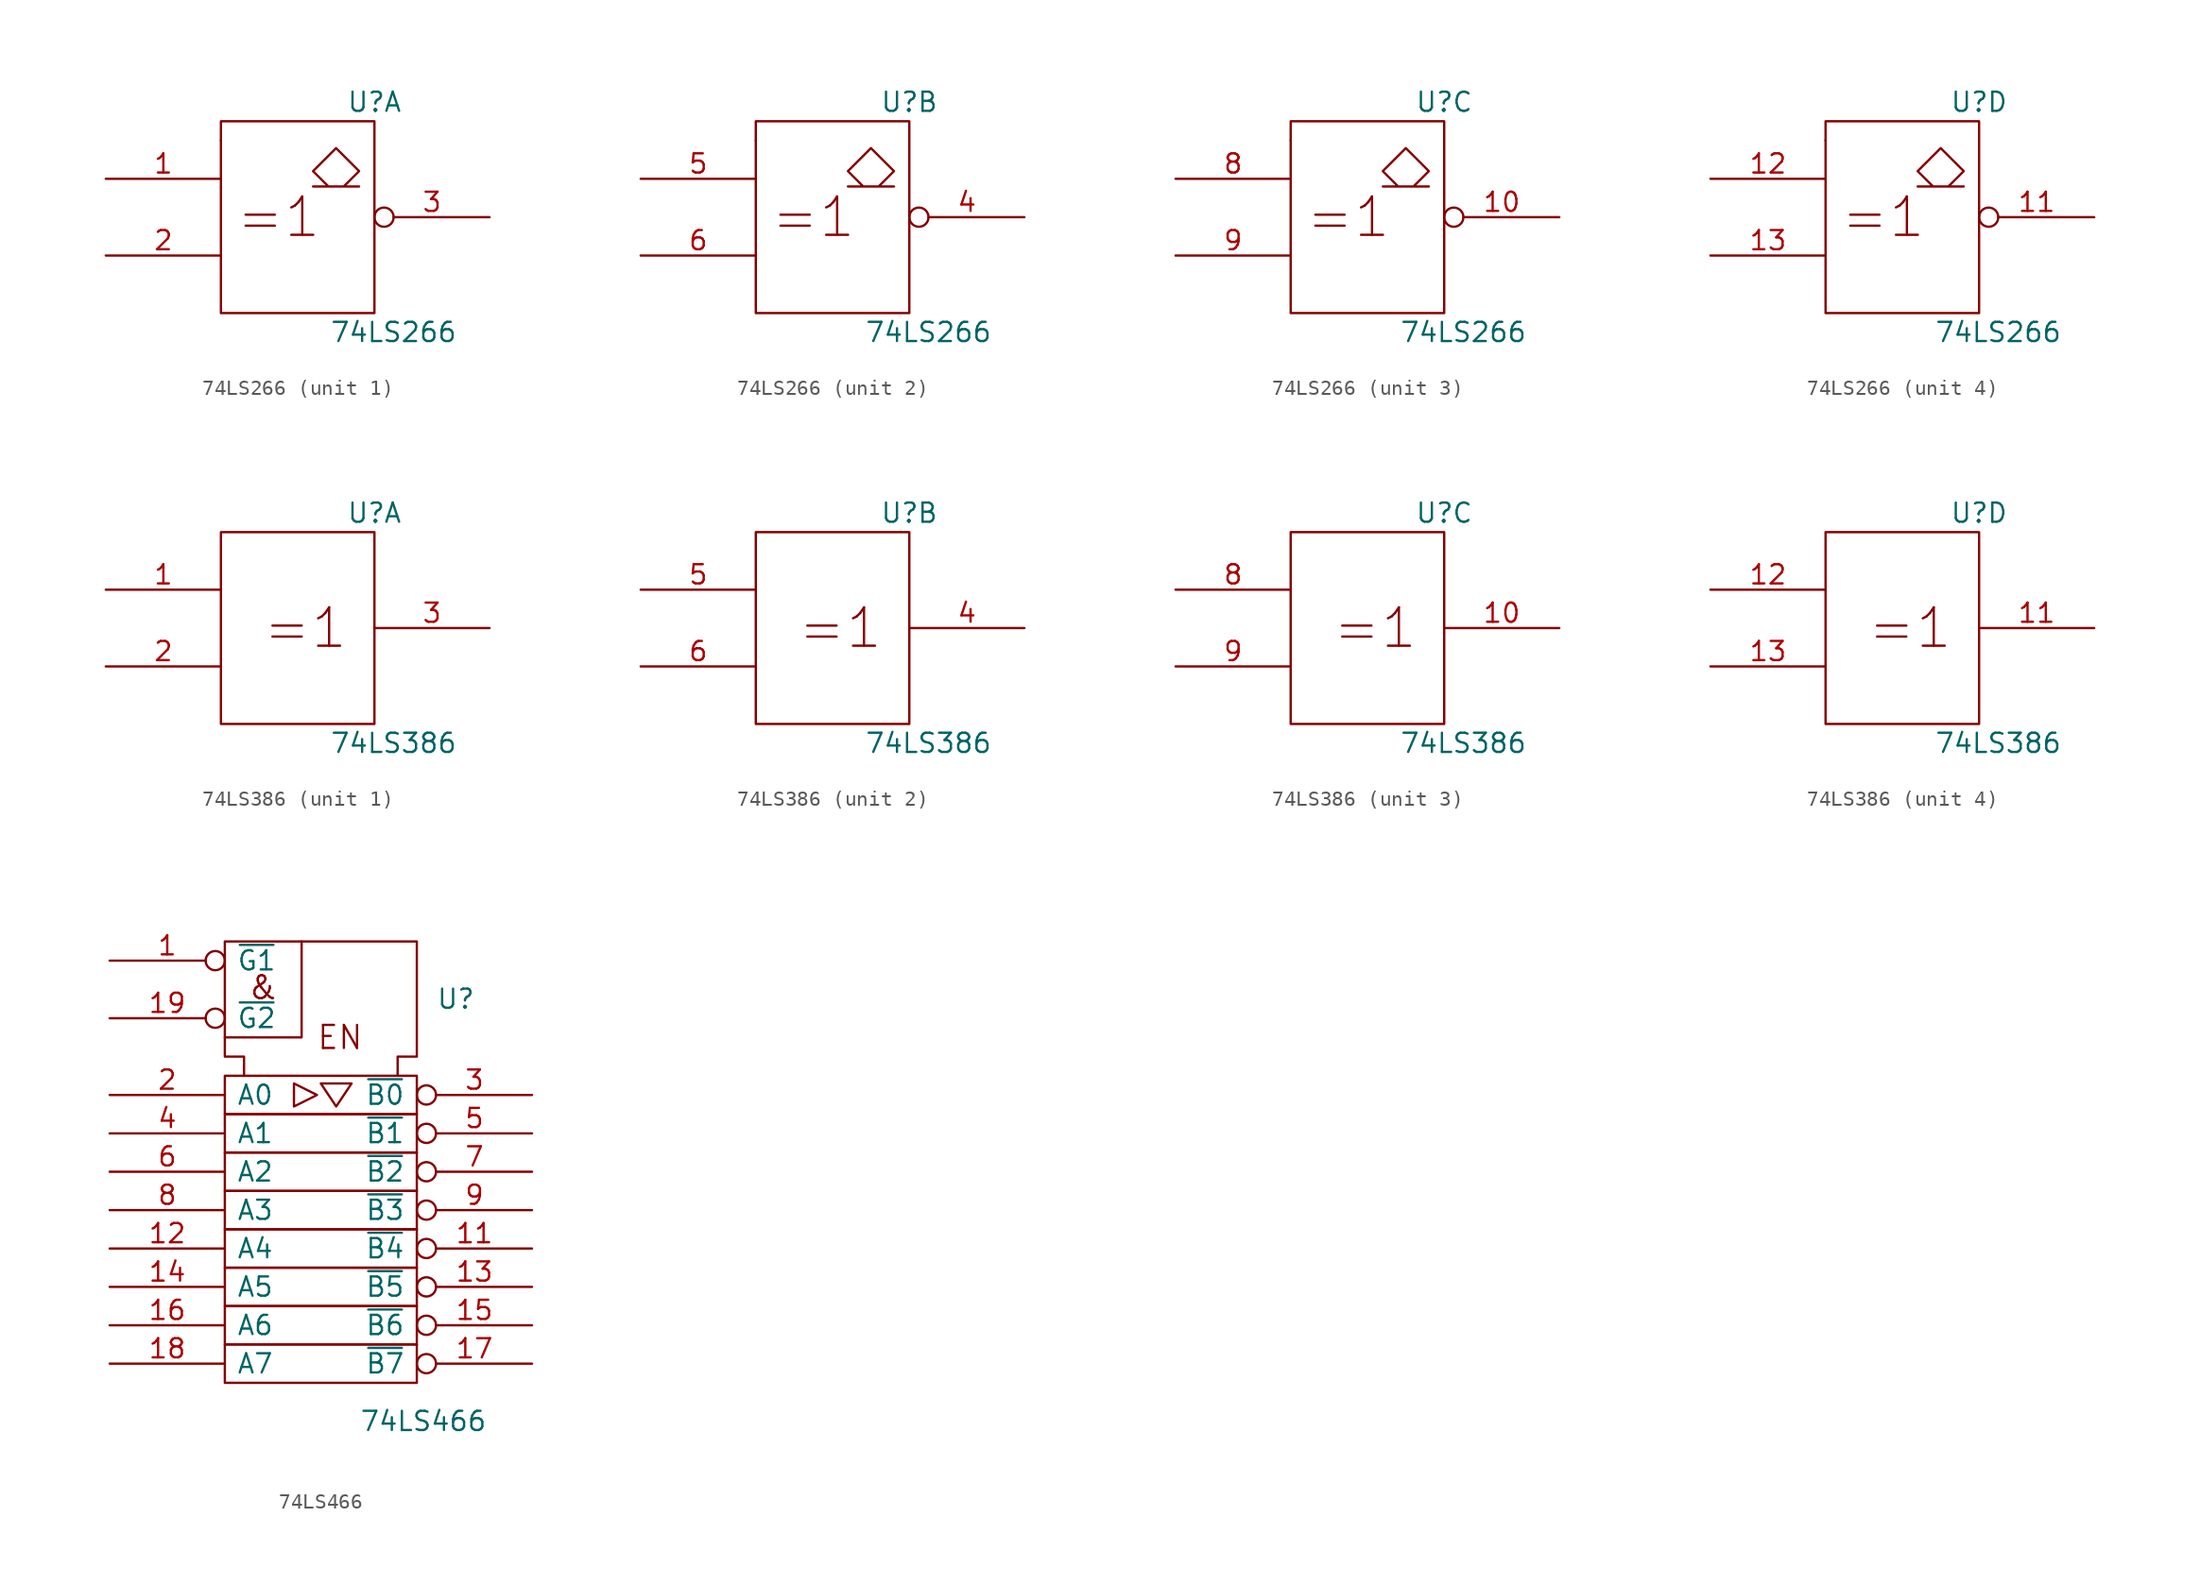
<source format=kicad_sym>
(kicad_symbol_lib
  (version 20211014)
  (generator kicad_symbol_editor)
  (symbol "74LS266"
    (pin_names
      (offset 0.762))
    (property "Reference" "U"
      (at 5.08 7.62 0)
      (effects (font (size 1.27 1.27))))
    (property "Value" "74LS266"
      (at 6.35 -7.62 0)
      (effects (font (size 1.27 1.27))))
    (symbol "74LS266_0_0"
      (rectangle (start -5.08 5.08) (end -5.08 5.08) (stroke (width 0) (type default) (color 0 0 0 0)) (fill (type none)))
      (polyline (pts (xy 3.048 2.032) (xy 4.064 3.048) (xy 2.54 4.572) (xy 1.016 3.048) (xy 2.032 2.032) (xy 1.016 2.032) (xy 4.064 2.032) (xy 4.064 2.032)) (stroke (width 0) (type default) (color 0 0 0 0)) (fill (type none)))
      (text "=1" (at -1.27 0 0) (effects (font (size 2.54 2.54)))))
    (symbol "74LS266_0_1"
      (rectangle (start -5.08 6.35) (end 5.08 -6.35) (stroke (width 0) (type default) (color 0 0 0 0)) (fill (type none)))
      (pin power_in line (at 0 6.35 270) (length 0) hide (name "VCC" (effects (font (size 1.27 1.27)))) (number "14" (effects (font (size 1.27 1.27)))))
      (pin power_in line (at 0 -6.35 90) (length 0) hide (name "GND" (effects (font (size 1.27 1.27)))) (number "7" (effects (font (size 1.27 1.27))))))
    (symbol "74LS266_1_1"
      (pin input line (at -12.7 2.54 0) (length 7.62) (name "~" (effects (font (size 1.27 1.27)))) (number "1" (effects (font (size 1.27 1.27)))))
      (pin input line (at -12.7 -2.54 0) (length 7.62) (name "~" (effects (font (size 1.27 1.27)))) (number "2" (effects (font (size 1.27 1.27)))))
      (pin output inverted (at 12.7 0 180) (length 7.62) (name "~" (effects (font (size 1.27 1.27)))) (number "3" (effects (font (size 1.27 1.27))))))
    (symbol "74LS266_2_1"
      (pin output inverted (at 12.7 0 180) (length 7.62) (name "~" (effects (font (size 1.27 1.27)))) (number "4" (effects (font (size 1.27 1.27)))))
      (pin input line (at -12.7 2.54 0) (length 7.62) (name "~" (effects (font (size 1.27 1.27)))) (number "5" (effects (font (size 1.27 1.27)))))
      (pin input line (at -12.7 -2.54 0) (length 7.62) (name "~" (effects (font (size 1.27 1.27)))) (number "6" (effects (font (size 1.27 1.27))))))
    (symbol "74LS266_3_1"
      (pin output inverted (at 12.7 0 180) (length 7.62) (name "~" (effects (font (size 1.27 1.27)))) (number "10" (effects (font (size 1.27 1.27)))))
      (pin input line (at -12.7 2.54 0) (length 7.62) (name "~" (effects (font (size 1.27 1.27)))) (number "8" (effects (font (size 1.27 1.27)))))
      (pin input line (at -12.7 -2.54 0) (length 7.62) (name "~" (effects (font (size 1.27 1.27)))) (number "9" (effects (font (size 1.27 1.27))))))
    (symbol "74LS266_4_1"
      (pin output inverted (at 12.7 0 180) (length 7.62) (name "~" (effects (font (size 1.27 1.27)))) (number "11" (effects (font (size 1.27 1.27)))))
      (pin input line (at -12.7 2.54 0) (length 7.62) (name "~" (effects (font (size 1.27 1.27)))) (number "12" (effects (font (size 1.27 1.27)))))
      (pin input line (at -12.7 -2.54 0) (length 7.62) (name "~" (effects (font (size 1.27 1.27)))) (number "13" (effects (font (size 1.27 1.27)))))))
  (symbol "74LS386"
    (pin_names
      (offset 0.762))
    (property "Reference" "U"
      (at 5.08 7.62 0)
      (effects (font (size 1.27 1.27))))
    (property "Value" "74LS386"
      (at 6.35 -7.62 0)
      (effects (font (size 1.27 1.27))))
    (symbol "74LS386_0_1"
      (rectangle (start -5.08 6.35) (end 5.08 -6.35) (stroke (width 0) (type default) (color 0 0 0 0)) (fill (type none)))
      (text "=1" (at 0.508 0 0) (effects (font (size 2.54 2.54))))
      (pin power_in line (at 0 6.35 270) (length 0) hide (name "Vcc" (effects (font (size 1.27 1.27)))) (number "14" (effects (font (size 1.27 1.27)))))
      (pin power_in line (at 0 -6.35 90) (length 0) hide (name "Gnd" (effects (font (size 1.27 1.27)))) (number "7" (effects (font (size 1.27 1.27))))))
    (symbol "74LS386_1_1"
      (pin input line (at -12.7 2.54 0) (length 7.62) (name "~" (effects (font (size 1.27 1.27)))) (number "1" (effects (font (size 1.27 1.27)))))
      (pin input line (at -12.7 -2.54 0) (length 7.62) (name "~" (effects (font (size 1.27 1.27)))) (number "2" (effects (font (size 1.27 1.27)))))
      (pin output line (at 12.7 0 180) (length 7.62) (name "~" (effects (font (size 1.27 1.27)))) (number "3" (effects (font (size 1.27 1.27))))))
    (symbol "74LS386_2_1"
      (pin output line (at 12.7 0 180) (length 7.62) (name "~" (effects (font (size 1.27 1.27)))) (number "4" (effects (font (size 1.27 1.27)))))
      (pin input line (at -12.7 2.54 0) (length 7.62) (name "~" (effects (font (size 1.27 1.27)))) (number "5" (effects (font (size 1.27 1.27)))))
      (pin input line (at -12.7 -2.54 0) (length 7.62) (name "~" (effects (font (size 1.27 1.27)))) (number "6" (effects (font (size 1.27 1.27))))))
    (symbol "74LS386_3_1"
      (pin output line (at 12.7 0 180) (length 7.62) (name "~" (effects (font (size 1.27 1.27)))) (number "10" (effects (font (size 1.27 1.27)))))
      (pin input line (at -12.7 2.54 0) (length 7.62) (name "~" (effects (font (size 1.27 1.27)))) (number "8" (effects (font (size 1.27 1.27)))))
      (pin input line (at -12.7 -2.54 0) (length 7.62) (name "~" (effects (font (size 1.27 1.27)))) (number "9" (effects (font (size 1.27 1.27))))))
    (symbol "74LS386_4_1"
      (pin output line (at 12.7 0 180) (length 7.62) (name "~" (effects (font (size 1.27 1.27)))) (number "11" (effects (font (size 1.27 1.27)))))
      (pin input line (at -12.7 2.54 0) (length 7.62) (name "~" (effects (font (size 1.27 1.27)))) (number "12" (effects (font (size 1.27 1.27)))))
      (pin input line (at -12.7 -2.54 0) (length 7.62) (name "~" (effects (font (size 1.27 1.27)))) (number "13" (effects (font (size 1.27 1.27)))))))
  (symbol "74LS466"
    (pin_names
      (offset 0.762))
    (property "Reference" "U"
      (at 7.62 12.7 0)
      (effects (font (size 1.27 1.27)) (justify left)))
    (property "Value" "74LS466"
      (at 2.54 -15.24 0)
      (effects (font (size 1.27 1.27)) (justify left)))
    (symbol "74LS466_0_0"
      (polyline (pts (xy -1.27 16.51) (xy -1.27 10.16) (xy -6.35 10.16) (xy -6.35 10.16)) (stroke (width 0) (type default) (color 0 0 0 0)) (fill (type none)))
      (polyline (pts (xy -1.778 7.112) (xy -1.778 5.588) (xy -0.254 6.35) (xy -1.778 7.112) (xy -1.778 7.112)) (stroke (width 0) (type default) (color 0 0 0 0)) (fill (type none)))
      (polyline (pts (xy 0 7.112) (xy 2.032 7.112) (xy 1.016 5.588) (xy 0 7.112) (xy 0 7.112)) (stroke (width 0) (type default) (color 0 0 0 0)) (fill (type none)))
      (text "&" (at -3.81 13.462 0) (effects (font (size 1.524 1.524))))
      (text "EN" (at 1.27 10.16 0) (effects (font (size 1.524 1.524))))
      (pin power_in line (at 1.27 16.51 270) (length 0) hide (name "GND" (effects (font (size 1.27 1.27)))) (number "10" (effects (font (size 1.27 1.27)))))
      (pin power_in line (at 5.08 16.51 270) (length 0) hide (name "VCC" (effects (font (size 1.27 1.27)))) (number "20" (effects (font (size 1.27 1.27))))))
    (symbol "74LS466_0_1"
      (rectangle (start -6.35 -10.16) (end 6.35 -12.7) (stroke (width 0) (type default) (color 0 0 0 0)) (fill (type none)))
      (rectangle (start -6.35 -7.62) (end 6.35 -10.16) (stroke (width 0) (type default) (color 0 0 0 0)) (fill (type none)))
      (rectangle (start -6.35 -5.08) (end 6.35 -7.62) (stroke (width 0) (type default) (color 0 0 0 0)) (fill (type none)))
      (rectangle (start -6.35 -2.54) (end 6.35 -5.08) (stroke (width 0) (type default) (color 0 0 0 0)) (fill (type none)))
      (rectangle (start -6.35 0) (end 6.35 -2.54) (stroke (width 0) (type default) (color 0 0 0 0)) (fill (type none)))
      (rectangle (start -6.35 2.54) (end 6.35 0) (stroke (width 0) (type default) (color 0 0 0 0)) (fill (type none)))
      (rectangle (start -6.35 5.08) (end 6.35 2.54) (stroke (width 0) (type default) (color 0 0 0 0)) (fill (type none)))
      (rectangle (start -6.35 7.62) (end 6.35 5.08) (stroke (width 0) (type default) (color 0 0 0 0)) (fill (type none)))
      (polyline (pts (xy -5.08 7.62) (xy -5.08 8.89) (xy -6.35 8.89) (xy -6.35 16.51) (xy 6.35 16.51) (xy 6.35 8.89) (xy 5.08 8.89) (xy 5.08 7.62) (xy 5.08 7.62)) (stroke (width 0) (type default) (color 0 0 0 0)) (fill (type none))))
    (symbol "74LS466_1_1"
      (pin input inverted (at -13.97 15.24 0) (length 7.62) (name "~{G1}" (effects (font (size 1.27 1.27)))) (number "1" (effects (font (size 1.27 1.27)))))
      (pin tri_state inverted (at 13.97 -3.81 180) (length 7.62) (name "~{B4}" (effects (font (size 1.27 1.27)))) (number "11" (effects (font (size 1.27 1.27)))))
      (pin tri_state line (at -13.97 -3.81 0) (length 7.62) (name "A4" (effects (font (size 1.27 1.27)))) (number "12" (effects (font (size 1.27 1.27)))))
      (pin tri_state inverted (at 13.97 -6.35 180) (length 7.62) (name "~{B5}" (effects (font (size 1.27 1.27)))) (number "13" (effects (font (size 1.27 1.27)))))
      (pin tri_state line (at -13.97 -6.35 0) (length 7.62) (name "A5" (effects (font (size 1.27 1.27)))) (number "14" (effects (font (size 1.27 1.27)))))
      (pin tri_state inverted (at 13.97 -8.89 180) (length 7.62) (name "~{B6}" (effects (font (size 1.27 1.27)))) (number "15" (effects (font (size 1.27 1.27)))))
      (pin tri_state line (at -13.97 -8.89 0) (length 7.62) (name "A6" (effects (font (size 1.27 1.27)))) (number "16" (effects (font (size 1.27 1.27)))))
      (pin tri_state inverted (at 13.97 -11.43 180) (length 7.62) (name "~{B7}" (effects (font (size 1.27 1.27)))) (number "17" (effects (font (size 1.27 1.27)))))
      (pin tri_state line (at -13.97 -11.43 0) (length 7.62) (name "A7" (effects (font (size 1.27 1.27)))) (number "18" (effects (font (size 1.27 1.27)))))
      (pin input inverted (at -13.97 11.43 0) (length 7.62) (name "~{G2}" (effects (font (size 1.27 1.27)))) (number "19" (effects (font (size 1.27 1.27)))))
      (pin tri_state line (at -13.97 6.35 0) (length 7.62) (name "A0" (effects (font (size 1.27 1.27)))) (number "2" (effects (font (size 1.27 1.27)))))
      (pin tri_state inverted (at 13.97 6.35 180) (length 7.62) (name "~{B0}" (effects (font (size 1.27 1.27)))) (number "3" (effects (font (size 1.27 1.27)))))
      (pin tri_state line (at -13.97 3.81 0) (length 7.62) (name "A1" (effects (font (size 1.27 1.27)))) (number "4" (effects (font (size 1.27 1.27)))))
      (pin tri_state inverted (at 13.97 3.81 180) (length 7.62) (name "~{B1}" (effects (font (size 1.27 1.27)))) (number "5" (effects (font (size 1.27 1.27)))))
      (pin tri_state line (at -13.97 1.27 0) (length 7.62) (name "A2" (effects (font (size 1.27 1.27)))) (number "6" (effects (font (size 1.27 1.27)))))
      (pin tri_state inverted (at 13.97 1.27 180) (length 7.62) (name "~{B2}" (effects (font (size 1.27 1.27)))) (number "7" (effects (font (size 1.27 1.27)))))
      (pin tri_state line (at -13.97 -1.27 0) (length 7.62) (name "A3" (effects (font (size 1.27 1.27)))) (number "8" (effects (font (size 1.27 1.27)))))
      (pin tri_state inverted (at 13.97 -1.27 180) (length 7.62) (name "~{B3}" (effects (font (size 1.27 1.27)))) (number "9" (effects (font (size 1.27 1.27))))))))
</source>
